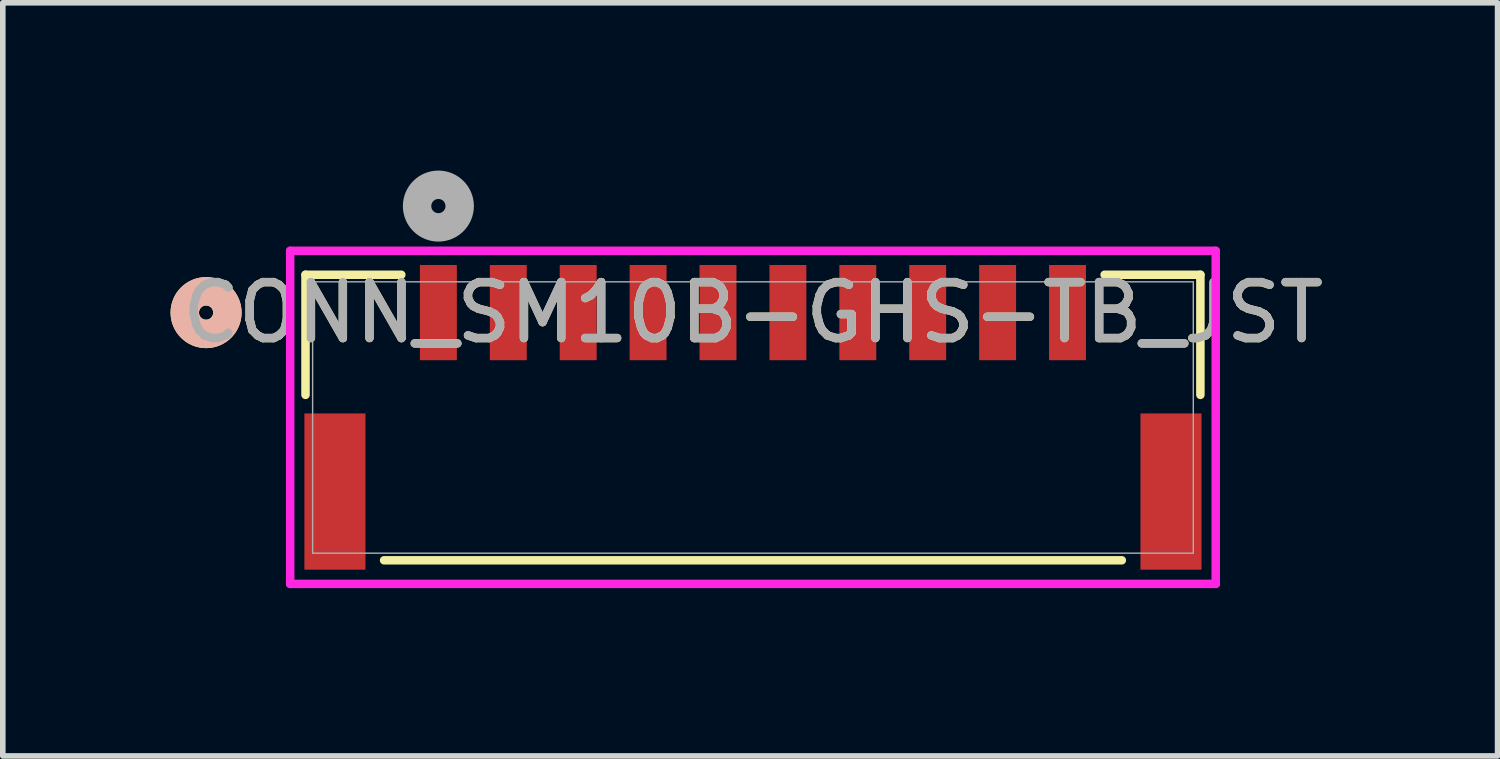
<source format=kicad_pcb>
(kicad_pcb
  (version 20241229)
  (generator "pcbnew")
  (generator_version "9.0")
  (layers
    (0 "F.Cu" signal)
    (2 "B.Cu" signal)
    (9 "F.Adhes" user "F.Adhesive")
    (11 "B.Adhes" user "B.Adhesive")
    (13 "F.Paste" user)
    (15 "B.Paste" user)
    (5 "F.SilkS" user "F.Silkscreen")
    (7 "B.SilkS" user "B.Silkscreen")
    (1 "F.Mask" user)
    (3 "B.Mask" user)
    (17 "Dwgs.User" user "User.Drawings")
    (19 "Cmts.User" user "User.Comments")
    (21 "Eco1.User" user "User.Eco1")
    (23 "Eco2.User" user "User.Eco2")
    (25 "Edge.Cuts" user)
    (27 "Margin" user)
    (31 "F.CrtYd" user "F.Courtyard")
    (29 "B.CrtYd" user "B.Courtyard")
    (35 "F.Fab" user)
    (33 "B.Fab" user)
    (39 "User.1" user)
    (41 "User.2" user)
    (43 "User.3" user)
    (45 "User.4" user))
  (footprint "CONN_SM10B-GHS-TB_JST"
    (layer "F.Cu")
    (at 10.414 4.416)
    (property "Reference" "CONN_SM10B-GHS-TB_JST" (at 0 -1.876 0) (unlocked yes) (layer "F.SilkS") (effects (font (size 1 1) (thickness 0.15))))
    (attr smd)
    (fp_line (start -8.001 -2.553) (end -8.001 -0.405) (stroke (width 0.152) (type solid)) (layer "F.SilkS"))
    (fp_line (start -6.596 2.553) (end 6.596 2.553) (stroke (width 0.152) (type solid)) (layer "F.SilkS"))
    (fp_line (start -6.288 -2.553) (end -8.001 -2.553) (stroke (width 0.152) (type solid)) (layer "F.SilkS"))
    (fp_line (start 8.001 -2.553) (end 6.288 -2.553) (stroke (width 0.152) (type solid)) (layer "F.SilkS"))
    (fp_line (start 8.001 -0.405) (end 8.001 -2.553) (stroke (width 0.152) (type solid)) (layer "F.SilkS"))
    (fp_circle (center -9.779 -1.876) (end -9.398 -1.876) (stroke (width 0.508) (type solid)) (fill no) (layer "F.SilkS"))
    (fp_circle (center -9.779 -1.876) (end -9.398 -1.876) (stroke (width 0.508) (type solid)) (fill no) (layer "B.SilkS"))
    (fp_line (start -8.275 -2.981) (end -8.275 2.975) (stroke (width 0.152) (type solid)) (layer "F.CrtYd"))
    (fp_line (start -8.275 2.975) (end 8.275 2.975) (stroke (width 0.152) (type solid)) (layer "F.CrtYd"))
    (fp_line (start 8.275 -2.981) (end -8.275 -2.981) (stroke (width 0.152) (type solid)) (layer "F.CrtYd"))
    (fp_line (start 8.275 2.975) (end 8.275 -2.981) (stroke (width 0.152) (type solid)) (layer "F.CrtYd"))
    (fp_line (start -7.874 -2.426) (end -7.874 2.426) (stroke (width 0.025) (type solid)) (layer "F.Fab"))
    (fp_line (start -7.874 2.426) (end 7.874 2.426) (stroke (width 0.025) (type solid)) (layer "F.Fab"))
    (fp_line (start 7.874 -2.426) (end -7.874 -2.426) (stroke (width 0.025) (type solid)) (layer "F.Fab"))
    (fp_line (start 7.874 2.426) (end 7.874 -2.426) (stroke (width 0.025) (type solid)) (layer "F.Fab"))
    (fp_circle (center -5.625 -3.781) (end -5.244 -3.781) (stroke (width 0.508) (type solid)) (fill no) (layer "F.Fab"))
    (fp_text user "${REFERENCE}" (at 0 -1.876 0) (unlocked yes) (layer "F.Fab") (effects (font (size 1 1) (thickness 0.15))))
    (pad "1" smd rect (at -5.625 -1.876) (size 0.66 1.702) (layers "F.Cu" "F.Mask" "F.Paste"))
    (pad "2" smd rect (at -4.375 -1.876) (size 0.66 1.702) (layers "F.Cu" "F.Mask" "F.Paste"))
    (pad "3" smd rect (at -3.125 -1.876) (size 0.66 1.702) (layers "F.Cu" "F.Mask" "F.Paste"))
    (pad "4" smd rect (at -1.875 -1.876) (size 0.66 1.702) (layers "F.Cu" "F.Mask" "F.Paste"))
    (pad "5" smd rect (at -0.625 -1.876) (size 0.66 1.702) (layers "F.Cu" "F.Mask" "F.Paste"))
    (pad "6" smd rect (at 0.625 -1.876) (size 0.66 1.702) (layers "F.Cu" "F.Mask" "F.Paste"))
    (pad "7" smd rect (at 1.875 -1.876) (size 0.66 1.702) (layers "F.Cu" "F.Mask" "F.Paste"))
    (pad "8" smd rect (at 3.125 -1.876) (size 0.66 1.702) (layers "F.Cu" "F.Mask" "F.Paste"))
    (pad "9" smd rect (at 4.375 -1.876) (size 0.66 1.702) (layers "F.Cu" "F.Mask" "F.Paste"))
    (pad "10" smd rect (at 5.625 -1.876) (size 0.66 1.702) (layers "F.Cu" "F.Mask" "F.Paste"))
    (pad "11" smd rect (at -7.475 1.324) (size 1.092 2.794) (layers "F.Cu" "F.Mask" "F.Paste"))
    (pad "12" smd rect (at 7.475 1.324) (size 1.092 2.794) (layers "F.Cu" "F.Mask" "F.Paste")))
  (gr_rect
    (start -3 -3)
    (end 23.729 10.467)
    (stroke (width 0.1) (type default))
    (fill no)
    (layer "Edge.Cuts")))
</source>
